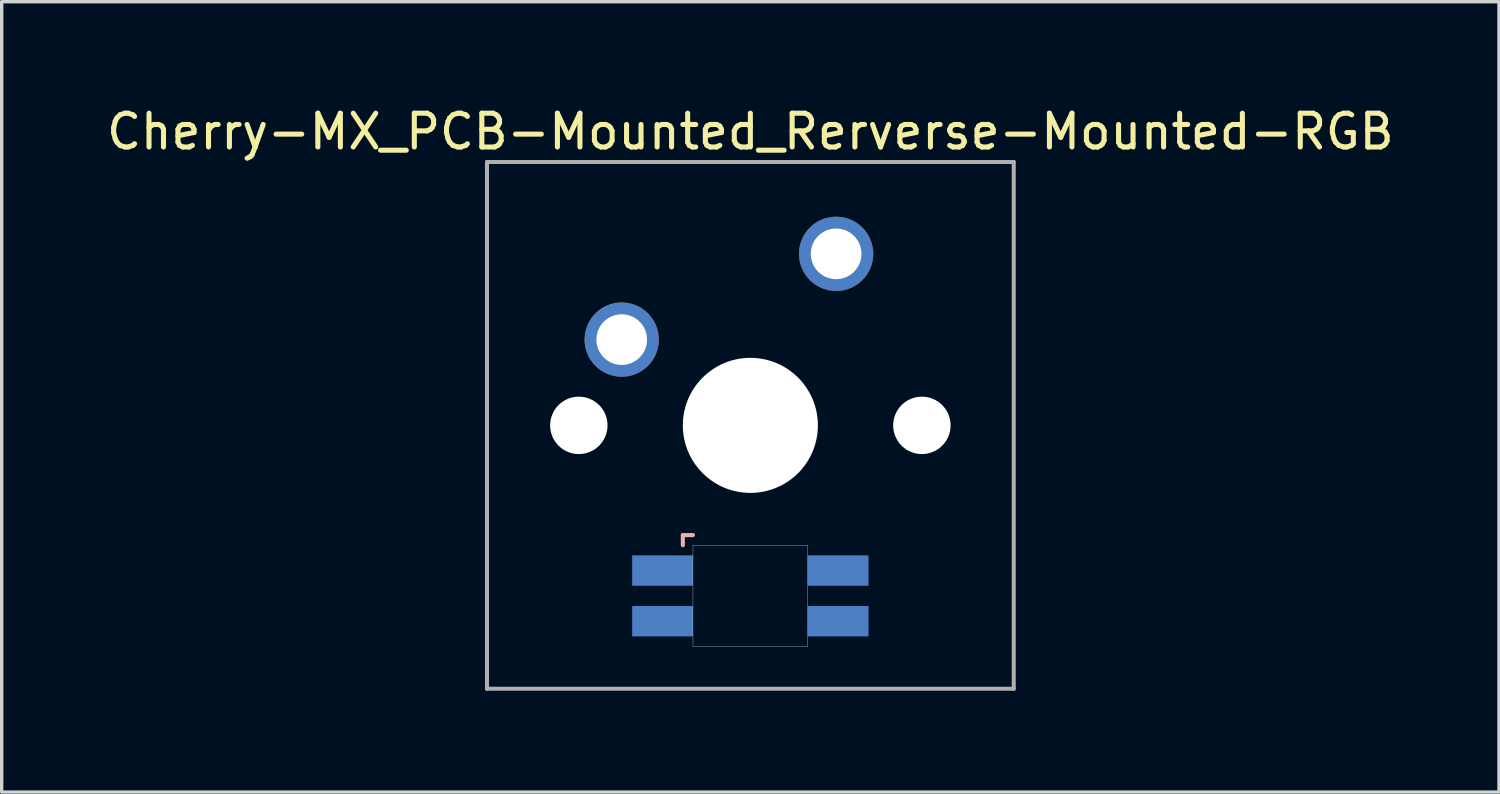
<source format=kicad_pcb>
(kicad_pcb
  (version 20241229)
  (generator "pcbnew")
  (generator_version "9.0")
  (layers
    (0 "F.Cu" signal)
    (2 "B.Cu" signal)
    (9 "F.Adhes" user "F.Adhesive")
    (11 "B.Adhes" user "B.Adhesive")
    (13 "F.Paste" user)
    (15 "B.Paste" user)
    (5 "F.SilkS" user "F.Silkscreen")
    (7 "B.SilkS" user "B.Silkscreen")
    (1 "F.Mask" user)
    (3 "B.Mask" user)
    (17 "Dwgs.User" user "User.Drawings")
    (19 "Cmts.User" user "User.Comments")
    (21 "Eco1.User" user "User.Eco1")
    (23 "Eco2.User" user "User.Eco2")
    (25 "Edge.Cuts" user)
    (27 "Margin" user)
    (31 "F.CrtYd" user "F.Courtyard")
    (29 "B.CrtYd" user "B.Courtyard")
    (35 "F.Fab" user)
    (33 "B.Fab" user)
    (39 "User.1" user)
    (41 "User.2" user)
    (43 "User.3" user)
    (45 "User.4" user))
  (footprint "Cherry-MX_PCB-Mounted_Rerverse-Mounted-RGB"
    (layer "F.Cu")
    (at 19.173 9.548)
    (property "Reference" "Cherry-MX_PCB-Mounted_Rerverse-Mounted-RGB" (at 0 -8.7 0) (layer "F.SilkS") (effects (font (size 1 1) (thickness 0.15))))
    (attr through_hole)
    (fp_line (start -2 3.25) (end -2 3.55) (stroke (width 0.12) (type solid)) (layer "B.SilkS"))
    (fp_line (start -1.7 3.25) (end -2 3.25) (stroke (width 0.12) (type solid)) (layer "B.SilkS"))
    (fp_poly (pts (xy 1.7 6.55) (xy -1.7 6.55) (xy -1.7 3.55) (xy 1.7 3.55)) (stroke (width 0.01) (type solid)) (fill no) (layer "Edge.Cuts"))
    (fp_line (start -7.8 -7.8) (end 7.8 -7.8) (stroke (width 0.12) (type solid)) (layer "F.Fab"))
    (fp_line (start -7.8 7.8) (end -7.8 -7.8) (stroke (width 0.12) (type solid)) (layer "F.Fab"))
    (fp_line (start 7.8 7.8) (end -7.8 7.8) (stroke (width 0.12) (type solid)) (layer "F.Fab"))
    (fp_line (start 7.8 7.8) (end 7.8 -7.8) (stroke (width 0.12) (type solid)) (layer "F.Fab"))
    (pad "" np_thru_hole circle (at -5.08 0) (size 1.7 1.7) (drill 1.7) (layers "*.Cu" "*.Mask"))
    (pad "" np_thru_hole circle (at 0 0) (size 4 4) (drill 4) (layers "*.Cu" "*.Mask"))
    (pad "" np_thru_hole circle (at 5.08 0) (size 1.7 1.7) (drill 1.7) (layers "*.Cu" "*.Mask"))
    (pad "1" smd rect (at -2.6 4.3) (size 1.8 0.9) (layers "B.Cu" "B.Mask" "B.Paste"))
    (pad "2" smd rect (at -2.6 5.8) (size 1.8 0.9) (layers "B.Cu" "B.Mask" "B.Paste"))
    (pad "3" smd rect (at 2.6 5.8) (size 1.8 0.9) (layers "B.Cu" "B.Mask" "B.Paste"))
    (pad "4" smd rect (at 2.6 4.3) (size 1.8 0.9) (layers "B.Cu" "B.Mask" "B.Paste"))
    (pad "5" thru_hole circle (at -3.81 -2.54) (size 2.2 2.2) (drill 1.5) (layers "*.Cu" "*.Mask"))
    (pad "6" thru_hole circle (at 2.54 -5.08) (size 2.2 2.2) (drill 1.5) (layers "*.Cu" "*.Mask")))
  (gr_rect
    (start -3 -3)
    (end 41.345 20.408)
    (stroke (width 0.1) (type default))
    (fill no)
    (layer "Edge.Cuts")))
</source>
